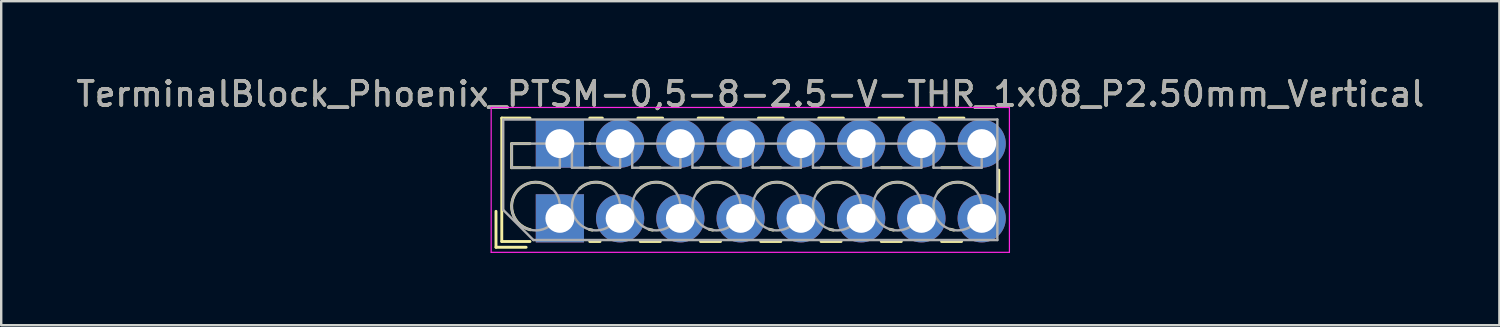
<source format=kicad_pcb>
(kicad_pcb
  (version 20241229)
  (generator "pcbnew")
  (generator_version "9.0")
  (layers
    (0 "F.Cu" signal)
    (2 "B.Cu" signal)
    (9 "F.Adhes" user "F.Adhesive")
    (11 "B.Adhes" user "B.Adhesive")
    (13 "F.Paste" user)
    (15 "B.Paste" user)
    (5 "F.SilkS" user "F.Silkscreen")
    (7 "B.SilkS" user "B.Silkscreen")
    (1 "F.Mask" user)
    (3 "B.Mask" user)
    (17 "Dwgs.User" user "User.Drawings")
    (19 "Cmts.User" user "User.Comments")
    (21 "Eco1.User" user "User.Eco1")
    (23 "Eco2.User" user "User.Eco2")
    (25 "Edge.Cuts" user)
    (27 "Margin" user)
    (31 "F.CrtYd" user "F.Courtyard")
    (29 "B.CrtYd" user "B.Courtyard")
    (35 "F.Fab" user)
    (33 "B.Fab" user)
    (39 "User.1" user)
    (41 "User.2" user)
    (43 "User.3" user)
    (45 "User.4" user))
  (footprint "TerminalBlock_Phoenix_PTSM-0,5-8-2.5-V-THR_1x08_P2.50mm_Vertical"
    (layer "F.Cu")
    (at 20.177 6.008)
    (property "Reference" "TerminalBlock_Phoenix_PTSM-0,5-8-2.5-V-THR_1x08_P2.50mm_Vertical" (at 7.9 -5.16 0) (layer "F.SilkS") (effects (font (size 1 1) (thickness 0.15))))
    (attr through_hole)
    (fp_line (start -2.65 -0.29) (end -2.65 1.2) (stroke (width 0.12) (type solid)) (layer "F.SilkS"))
    (fp_line (start -2.65 1.2) (end -1.4 1.2) (stroke (width 0.12) (type solid)) (layer "F.SilkS"))
    (fp_line (start -2.41 -4.16) (end -2.41 0.961) (stroke (width 0.12) (type solid)) (layer "F.SilkS"))
    (fp_line (start -2.41 -4.16) (end -1.24 -4.16) (stroke (width 0.12) (type solid)) (layer "F.SilkS"))
    (fp_line (start -2.41 0.961) (end -1.24 0.961) (stroke (width 0.12) (type solid)) (layer "F.SilkS"))
    (fp_line (start -2 -3.1) (end -2 -2.1) (stroke (width 0.12) (type solid)) (layer "F.SilkS"))
    (fp_line (start -2 -3.1) (end -1.24 -3.1) (stroke (width 0.12) (type solid)) (layer "F.SilkS"))
    (fp_line (start -2 -2.1) (end -1.24 -2.1) (stroke (width 0.12) (type solid)) (layer "F.SilkS"))
    (fp_line (start 1.24 -4.16) (end 1.763 -4.16) (stroke (width 0.12) (type solid)) (layer "F.SilkS"))
    (fp_line (start 1.24 -3.1) (end 1.245 -3.1) (stroke (width 0.12) (type solid)) (layer "F.SilkS"))
    (fp_line (start 1.24 -2.1) (end 1.665 -2.1) (stroke (width 0.12) (type solid)) (layer "F.SilkS"))
    (fp_line (start 1.24 0.961) (end 1.665 0.961) (stroke (width 0.12) (type solid)) (layer "F.SilkS"))
    (fp_line (start 3.238 -4.16) (end 4.263 -4.16) (stroke (width 0.12) (type solid)) (layer "F.SilkS"))
    (fp_line (start 3.336 -2.1) (end 4.165 -2.1) (stroke (width 0.12) (type solid)) (layer "F.SilkS"))
    (fp_line (start 3.336 0.961) (end 4.165 0.961) (stroke (width 0.12) (type solid)) (layer "F.SilkS"))
    (fp_line (start 5.738 -4.16) (end 6.763 -4.16) (stroke (width 0.12) (type solid)) (layer "F.SilkS"))
    (fp_line (start 5.836 -2.1) (end 6.665 -2.1) (stroke (width 0.12) (type solid)) (layer "F.SilkS"))
    (fp_line (start 5.836 0.961) (end 6.665 0.961) (stroke (width 0.12) (type solid)) (layer "F.SilkS"))
    (fp_line (start 8.238 -4.16) (end 9.263 -4.16) (stroke (width 0.12) (type solid)) (layer "F.SilkS"))
    (fp_line (start 8.336 -2.1) (end 9.165 -2.1) (stroke (width 0.12) (type solid)) (layer "F.SilkS"))
    (fp_line (start 8.336 0.961) (end 9.165 0.961) (stroke (width 0.12) (type solid)) (layer "F.SilkS"))
    (fp_line (start 10.738 -4.16) (end 11.763 -4.16) (stroke (width 0.12) (type solid)) (layer "F.SilkS"))
    (fp_line (start 10.836 -2.1) (end 11.665 -2.1) (stroke (width 0.12) (type solid)) (layer "F.SilkS"))
    (fp_line (start 10.836 0.961) (end 11.665 0.961) (stroke (width 0.12) (type solid)) (layer "F.SilkS"))
    (fp_line (start 13.238 -4.16) (end 14.263 -4.16) (stroke (width 0.12) (type solid)) (layer "F.SilkS"))
    (fp_line (start 13.336 -2.1) (end 14.165 -2.1) (stroke (width 0.12) (type solid)) (layer "F.SilkS"))
    (fp_line (start 13.336 0.961) (end 14.165 0.961) (stroke (width 0.12) (type solid)) (layer "F.SilkS"))
    (fp_line (start 15.738 -4.16) (end 16.763 -4.16) (stroke (width 0.12) (type solid)) (layer "F.SilkS"))
    (fp_line (start 15.836 -2.1) (end 16.665 -2.1) (stroke (width 0.12) (type solid)) (layer "F.SilkS"))
    (fp_line (start 15.836 0.961) (end 16.665 0.961) (stroke (width 0.12) (type solid)) (layer "F.SilkS"))
    (fp_line (start 18.21 -2) (end 18.21 -1.1) (stroke (width 0.12) (type solid)) (layer "F.SilkS"))
    (fp_arc (start -1.224629 0.474931) (mid -1.883573 -0.969306) (end -0.318 -1.232) (stroke (width 0.12) (type solid)) (layer "F.SilkS"))
    (fp_arc (start 0.817811 -1.23232) (mid 1.483053 -1.500693) (end 2.157 -1.255) (stroke (width 0.12) (type solid)) (layer "F.SilkS"))
    (fp_arc (start 1.344288 0.488343) (mid 1.284242 0.476994) (end 1.225 0.462) (stroke (width 0.12) (type solid)) (layer "F.SilkS"))
    (fp_arc (start 3.190612 -1.088697) (mid 3.887218 -1.494461) (end 4.657 -1.255) (stroke (width 0.12) (type solid)) (layer "F.SilkS"))
    (fp_arc (start 3.84373 0.488618) (mid 3.766646 0.47331) (end 3.691 0.452) (stroke (width 0.12) (type solid)) (layer "F.SilkS"))
    (fp_arc (start 5.690612 -1.088697) (mid 6.387218 -1.494461) (end 7.157 -1.255) (stroke (width 0.12) (type solid)) (layer "F.SilkS"))
    (fp_arc (start 6.34373 0.488618) (mid 6.266646 0.47331) (end 6.191 0.452) (stroke (width 0.12) (type solid)) (layer "F.SilkS"))
    (fp_arc (start 8.190612 -1.088697) (mid 8.887218 -1.494461) (end 9.657 -1.255) (stroke (width 0.12) (type solid)) (layer "F.SilkS"))
    (fp_arc (start 8.84373 0.488618) (mid 8.766646 0.47331) (end 8.691 0.452) (stroke (width 0.12) (type solid)) (layer "F.SilkS"))
    (fp_arc (start 10.690612 -1.088697) (mid 11.387218 -1.494461) (end 12.157 -1.255) (stroke (width 0.12) (type solid)) (layer "F.SilkS"))
    (fp_arc (start 11.34373 0.488618) (mid 11.266646 0.47331) (end 11.191 0.452) (stroke (width 0.12) (type solid)) (layer "F.SilkS"))
    (fp_arc (start 13.190612 -1.088697) (mid 13.887218 -1.494461) (end 14.657 -1.255) (stroke (width 0.12) (type solid)) (layer "F.SilkS"))
    (fp_arc (start 13.84373 0.488618) (mid 13.766646 0.47331) (end 13.691 0.452) (stroke (width 0.12) (type solid)) (layer "F.SilkS"))
    (fp_arc (start 15.690612 -1.088697) (mid 16.387218 -1.494461) (end 17.157 -1.255) (stroke (width 0.12) (type solid)) (layer "F.SilkS"))
    (fp_arc (start 16.34373 0.488618) (mid 16.266646 0.47331) (end 16.191 0.452) (stroke (width 0.12) (type solid)) (layer "F.SilkS"))
    (fp_line (start -2.85 -4.6) (end -2.85 1.41) (stroke (width 0.05) (type solid)) (layer "F.CrtYd"))
    (fp_line (start -2.85 1.41) (end 18.65 1.41) (stroke (width 0.05) (type solid)) (layer "F.CrtYd"))
    (fp_line (start 18.65 -4.6) (end -2.85 -4.6) (stroke (width 0.05) (type solid)) (layer "F.CrtYd"))
    (fp_line (start 18.65 1.41) (end 18.65 -4.6) (stroke (width 0.05) (type solid)) (layer "F.CrtYd"))
    (fp_line (start -2.35 -4.1) (end 18.15 -4.1) (stroke (width 0.1) (type solid)) (layer "F.Fab"))
    (fp_line (start -2.35 -0.35) (end -2.35 -4.1) (stroke (width 0.1) (type solid)) (layer "F.Fab"))
    (fp_line (start -2 -3.1) (end -2 -2.1) (stroke (width 0.1) (type solid)) (layer "F.Fab"))
    (fp_line (start -2 -2.1) (end 0 -2.1) (stroke (width 0.1) (type solid)) (layer "F.Fab"))
    (fp_line (start -1.1 0.9) (end -2.35 -0.35) (stroke (width 0.1) (type solid)) (layer "F.Fab"))
    (fp_line (start 0 -3.1) (end -2 -3.1) (stroke (width 0.1) (type solid)) (layer "F.Fab"))
    (fp_line (start 0 -2.1) (end 0 -3.1) (stroke (width 0.1) (type solid)) (layer "F.Fab"))
    (fp_line (start 0.5 -3.1) (end 0.5 -2.1) (stroke (width 0.1) (type solid)) (layer "F.Fab"))
    (fp_line (start 0.5 -2.1) (end 2.5 -2.1) (stroke (width 0.1) (type solid)) (layer "F.Fab"))
    (fp_line (start 2.5 -3.1) (end 0.5 -3.1) (stroke (width 0.1) (type solid)) (layer "F.Fab"))
    (fp_line (start 2.5 -2.1) (end 2.5 -3.1) (stroke (width 0.1) (type solid)) (layer "F.Fab"))
    (fp_line (start 3 -3.1) (end 3 -2.1) (stroke (width 0.1) (type solid)) (layer "F.Fab"))
    (fp_line (start 3 -2.1) (end 5 -2.1) (stroke (width 0.1) (type solid)) (layer "F.Fab"))
    (fp_line (start 5 -3.1) (end 3 -3.1) (stroke (width 0.1) (type solid)) (layer "F.Fab"))
    (fp_line (start 5 -2.1) (end 5 -3.1) (stroke (width 0.1) (type solid)) (layer "F.Fab"))
    (fp_line (start 5.5 -3.1) (end 5.5 -2.1) (stroke (width 0.1) (type solid)) (layer "F.Fab"))
    (fp_line (start 5.5 -2.1) (end 7.5 -2.1) (stroke (width 0.1) (type solid)) (layer "F.Fab"))
    (fp_line (start 7.5 -3.1) (end 5.5 -3.1) (stroke (width 0.1) (type solid)) (layer "F.Fab"))
    (fp_line (start 7.5 -2.1) (end 7.5 -3.1) (stroke (width 0.1) (type solid)) (layer "F.Fab"))
    (fp_line (start 8 -3.1) (end 8 -2.1) (stroke (width 0.1) (type solid)) (layer "F.Fab"))
    (fp_line (start 8 -2.1) (end 10 -2.1) (stroke (width 0.1) (type solid)) (layer "F.Fab"))
    (fp_line (start 10 -3.1) (end 8 -3.1) (stroke (width 0.1) (type solid)) (layer "F.Fab"))
    (fp_line (start 10 -2.1) (end 10 -3.1) (stroke (width 0.1) (type solid)) (layer "F.Fab"))
    (fp_line (start 10.5 -3.1) (end 10.5 -2.1) (stroke (width 0.1) (type solid)) (layer "F.Fab"))
    (fp_line (start 10.5 -2.1) (end 12.5 -2.1) (stroke (width 0.1) (type solid)) (layer "F.Fab"))
    (fp_line (start 12.5 -3.1) (end 10.5 -3.1) (stroke (width 0.1) (type solid)) (layer "F.Fab"))
    (fp_line (start 12.5 -2.1) (end 12.5 -3.1) (stroke (width 0.1) (type solid)) (layer "F.Fab"))
    (fp_line (start 13 -3.1) (end 13 -2.1) (stroke (width 0.1) (type solid)) (layer "F.Fab"))
    (fp_line (start 13 -2.1) (end 15 -2.1) (stroke (width 0.1) (type solid)) (layer "F.Fab"))
    (fp_line (start 15 -3.1) (end 13 -3.1) (stroke (width 0.1) (type solid)) (layer "F.Fab"))
    (fp_line (start 15 -2.1) (end 15 -3.1) (stroke (width 0.1) (type solid)) (layer "F.Fab"))
    (fp_line (start 15.5 -3.1) (end 15.5 -2.1) (stroke (width 0.1) (type solid)) (layer "F.Fab"))
    (fp_line (start 15.5 -2.1) (end 17.5 -2.1) (stroke (width 0.1) (type solid)) (layer "F.Fab"))
    (fp_line (start 17.5 -3.1) (end 15.5 -3.1) (stroke (width 0.1) (type solid)) (layer "F.Fab"))
    (fp_line (start 17.5 -2.1) (end 17.5 -3.1) (stroke (width 0.1) (type solid)) (layer "F.Fab"))
    (fp_line (start 18.15 -4.1) (end 18.15 0.9) (stroke (width 0.1) (type solid)) (layer "F.Fab"))
    (fp_line (start 18.15 0.9) (end -1.1 0.9) (stroke (width 0.1) (type solid)) (layer "F.Fab"))
    (fp_circle (center -1 -0.5) (end 0 -0.5) (stroke (width 0.1) (type solid)) (fill no) (layer "F.Fab"))
    (fp_circle (center 1.5 -0.5) (end 2.5 -0.5) (stroke (width 0.1) (type solid)) (fill no) (layer "F.Fab"))
    (fp_circle (center 4 -0.5) (end 5 -0.5) (stroke (width 0.1) (type solid)) (fill no) (layer "F.Fab"))
    (fp_circle (center 6.5 -0.5) (end 7.5 -0.5) (stroke (width 0.1) (type solid)) (fill no) (layer "F.Fab"))
    (fp_circle (center 9 -0.5) (end 10 -0.5) (stroke (width 0.1) (type solid)) (fill no) (layer "F.Fab"))
    (fp_circle (center 11.5 -0.5) (end 12.5 -0.5) (stroke (width 0.1) (type solid)) (fill no) (layer "F.Fab"))
    (fp_circle (center 14 -0.5) (end 15 -0.5) (stroke (width 0.1) (type solid)) (fill no) (layer "F.Fab"))
    (fp_circle (center 16.5 -0.5) (end 17.5 -0.5) (stroke (width 0.1) (type solid)) (fill no) (layer "F.Fab"))
    (fp_text user "${REFERENCE}" (at 7.9 -5.16 0) (layer "F.Fab") (effects (font (size 1 1) (thickness 0.15))))
    (pad "1" thru_hole rect (at 0 -3.1) (size 2 2) (drill 1.2) (layers "*.Cu" "*.Mask"))
    (pad "1" thru_hole rect (at 0 0) (size 2 2) (drill 1.2) (layers "*.Cu" "*.Mask"))
    (pad "2" thru_hole circle (at 2.5 -3.1) (size 2 2) (drill 1.2) (layers "*.Cu" "*.Mask"))
    (pad "2" thru_hole circle (at 2.5 0) (size 2 2) (drill 1.2) (layers "*.Cu" "*.Mask"))
    (pad "3" thru_hole circle (at 5 -3.1) (size 2 2) (drill 1.2) (layers "*.Cu" "*.Mask"))
    (pad "3" thru_hole circle (at 5 0) (size 2 2) (drill 1.2) (layers "*.Cu" "*.Mask"))
    (pad "4" thru_hole circle (at 7.5 -3.1) (size 2 2) (drill 1.2) (layers "*.Cu" "*.Mask"))
    (pad "4" thru_hole circle (at 7.5 0) (size 2 2) (drill 1.2) (layers "*.Cu" "*.Mask"))
    (pad "5" thru_hole circle (at 10 -3.1) (size 2 2) (drill 1.2) (layers "*.Cu" "*.Mask"))
    (pad "5" thru_hole circle (at 10 0) (size 2 2) (drill 1.2) (layers "*.Cu" "*.Mask"))
    (pad "6" thru_hole circle (at 12.5 -3.1) (size 2 2) (drill 1.2) (layers "*.Cu" "*.Mask"))
    (pad "6" thru_hole circle (at 12.5 0) (size 2 2) (drill 1.2) (layers "*.Cu" "*.Mask"))
    (pad "7" thru_hole circle (at 15 -3.1) (size 2 2) (drill 1.2) (layers "*.Cu" "*.Mask"))
    (pad "7" thru_hole circle (at 15 0) (size 2 2) (drill 1.2) (layers "*.Cu" "*.Mask"))
    (pad "8" thru_hole circle (at 17.5 -3.1) (size 2 2) (drill 1.2) (layers "*.Cu" "*.Mask"))
    (pad "8" thru_hole circle (at 17.5 0) (size 2 2) (drill 1.2) (layers "*.Cu" "*.Mask")))
  (gr_rect
    (start -3 -3)
    (end 59.155 10.443)
    (stroke (width 0.1) (type default))
    (fill no)
    (layer "Edge.Cuts")))
</source>
